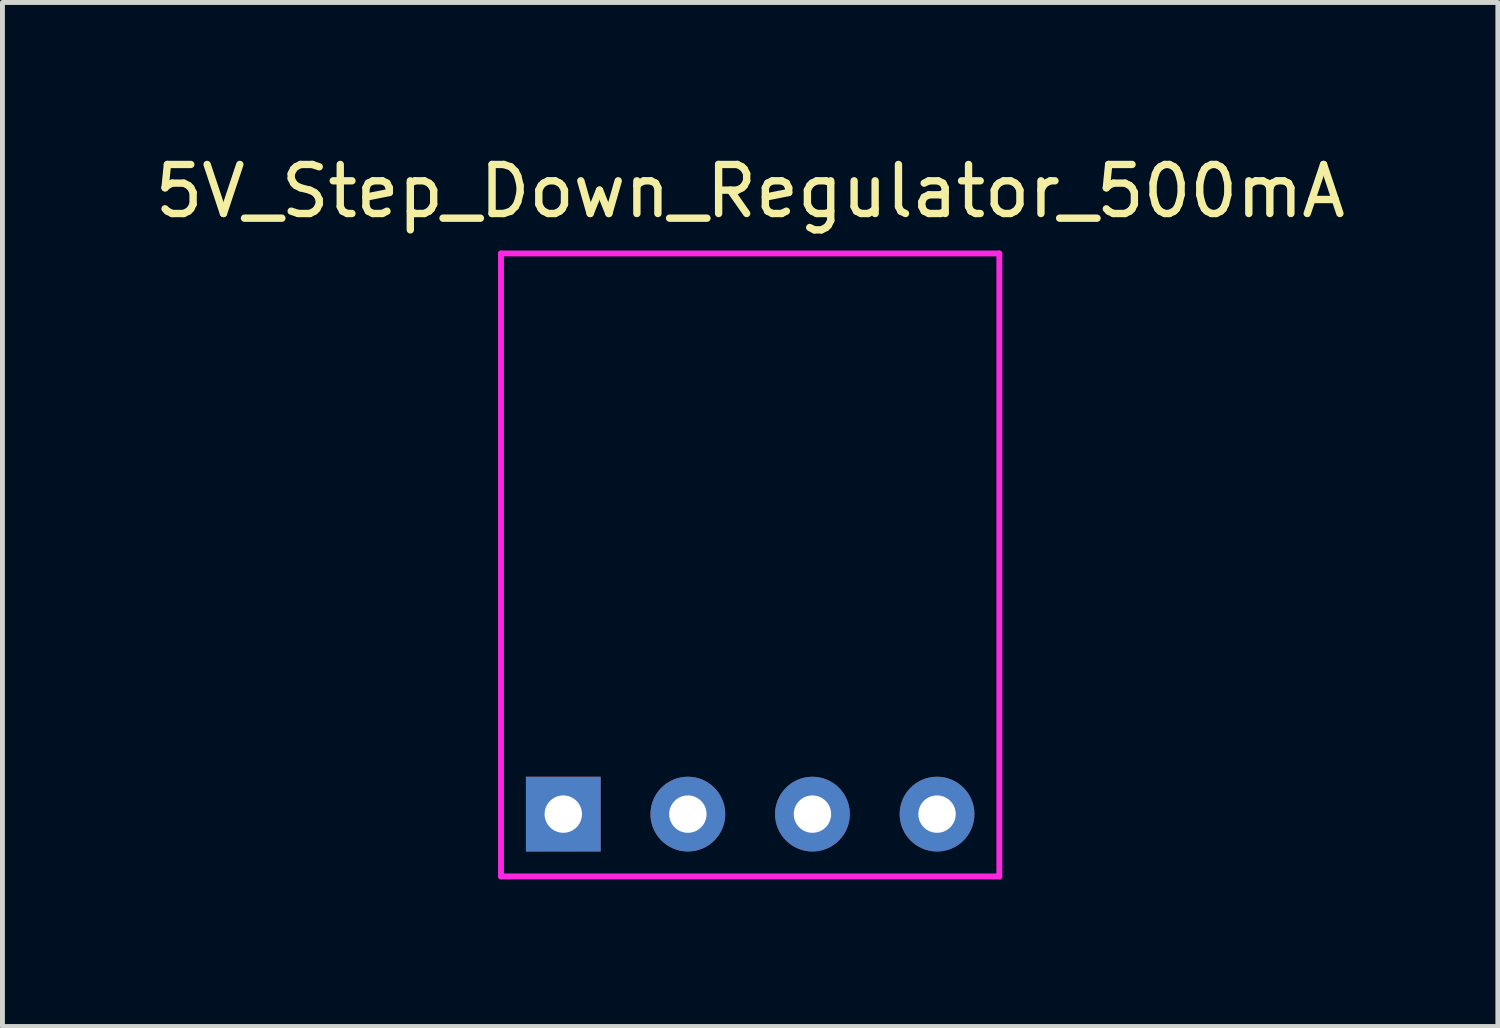
<source format=kicad_pcb>
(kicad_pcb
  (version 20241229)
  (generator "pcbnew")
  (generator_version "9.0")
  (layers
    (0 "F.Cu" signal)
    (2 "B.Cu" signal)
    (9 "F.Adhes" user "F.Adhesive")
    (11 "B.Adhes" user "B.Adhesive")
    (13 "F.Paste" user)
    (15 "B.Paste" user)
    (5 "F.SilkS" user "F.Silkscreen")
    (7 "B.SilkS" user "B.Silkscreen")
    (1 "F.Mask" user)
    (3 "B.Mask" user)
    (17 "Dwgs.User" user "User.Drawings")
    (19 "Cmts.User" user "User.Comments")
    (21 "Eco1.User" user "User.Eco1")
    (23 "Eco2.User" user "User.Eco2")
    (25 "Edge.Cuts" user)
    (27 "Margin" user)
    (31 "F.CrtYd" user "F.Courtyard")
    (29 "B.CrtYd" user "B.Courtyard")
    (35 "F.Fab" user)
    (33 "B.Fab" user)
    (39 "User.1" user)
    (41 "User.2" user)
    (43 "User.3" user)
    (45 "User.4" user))
  (footprint "5V_Step_Down_Regulator_500mA"
    (layer "F.Cu")
    (at 12.244 8.468)
    (property "Reference" "5V_Step_Down_Regulator_500mA" (at 0 -7.62 0) (layer "F.SilkS") (effects (font (size 1 1) (thickness 0.15))))
    (attr through_hole)
    (fp_line (start -5.08 -6.35) (end 5.08 -6.35) (stroke (width 0.12) (type solid)) (layer "F.CrtYd"))
    (fp_line (start -5.08 6.35) (end -5.08 -6.35) (stroke (width 0.12) (type solid)) (layer "F.CrtYd"))
    (fp_line (start -5.08 6.35) (end 5.08 6.35) (stroke (width 0.12) (type solid)) (layer "F.CrtYd"))
    (fp_line (start 5.08 6.35) (end 5.08 -6.35) (stroke (width 0.12) (type solid)) (layer "F.CrtYd"))
    (pad "1" thru_hole rect (at -3.81 5.08) (size 1.524 1.524) (drill 0.762) (layers "*.Cu" "*.Mask"))
    (pad "2" thru_hole circle (at -1.27 5.08) (size 1.524 1.524) (drill 0.762) (layers "*.Cu" "*.Mask"))
    (pad "3" thru_hole circle (at 1.27 5.08) (size 1.524 1.524) (drill 0.762) (layers "*.Cu" "*.Mask"))
    (pad "4" thru_hole circle (at 3.81 5.08) (size 1.524 1.524) (drill 0.762) (layers "*.Cu" "*.Mask")))
  (gr_rect
    (start -3 -3)
    (end 27.488 17.878)
    (stroke (width 0.1) (type default))
    (fill no)
    (layer "Edge.Cuts")))
</source>
